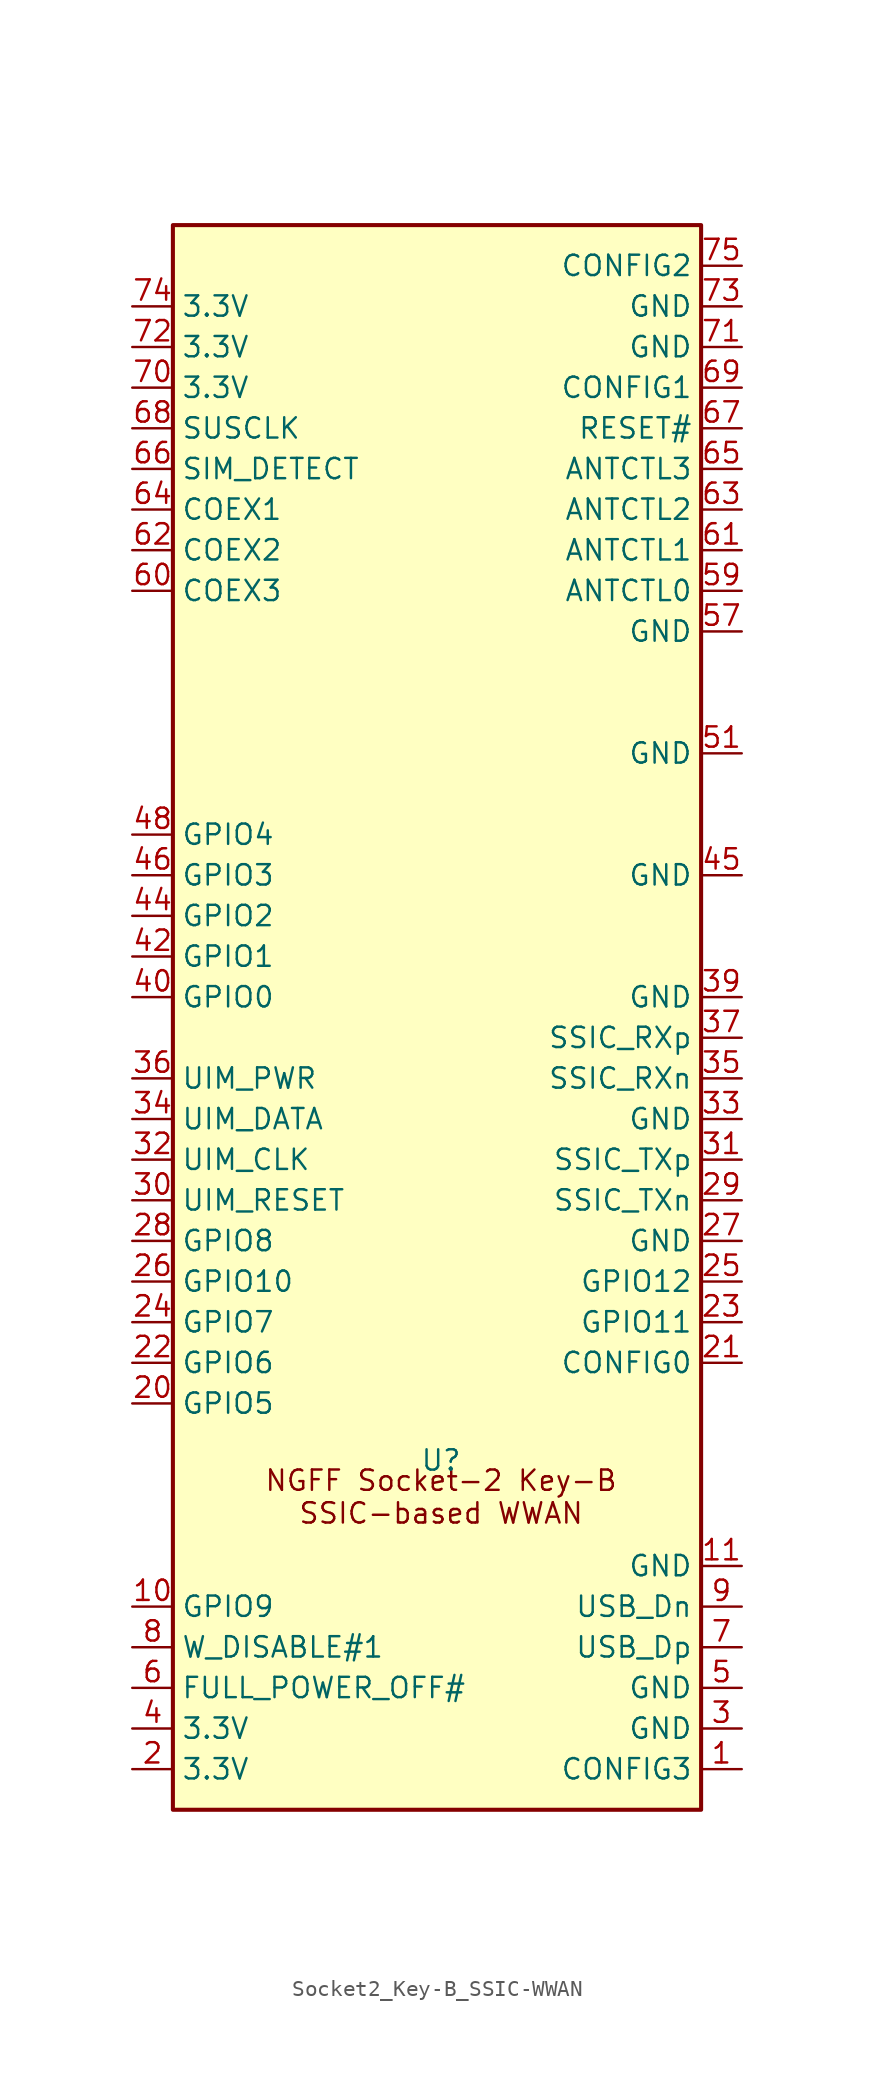
<source format=kicad_sym>
(kicad_symbol_lib
  (version 20241209)
  (generator "kicad_symbol_editor")
  (generator_version "9.0")
  (symbol "Socket2_Key-B_SSIC-WWAN"
    (property "Reference" "U"
      (at 16.764 21.844 0)
      (effects (font (size 1.27 1.27))))
    (property "Value" ""
      (at 0 0 0)
      (effects (font (size 1.27 1.27))))
    (symbol "Socket2_Key-B_SSIC-WWAN_0_1"
      (rectangle (start 0 99.06) (end 33.02 0) (stroke (width 0.254) (type default)) (fill (type background))))
    (symbol "Socket2_Key-B_SSIC-WWAN_1_1"
      (text "NGFF Socket-2 Key-B\nSSIC-based WWAN" (at 16.764 19.558 0) (effects (font (size 1.27 1.27))))
      (pin power_in line (at -2.54 93.98 0) (length 2.54) (name "3.3V" (effects (font (size 1.27 1.27)))) (number "74" (effects (font (size 1.27 1.27)))))
      (pin power_in line (at -2.54 91.44 0) (length 2.54) (name "3.3V" (effects (font (size 1.27 1.27)))) (number "72" (effects (font (size 1.27 1.27)))))
      (pin power_in line (at -2.54 88.9 0) (length 2.54) (name "3.3V" (effects (font (size 1.27 1.27)))) (number "70" (effects (font (size 1.27 1.27)))))
      (pin input line (at -2.54 86.36 0) (length 2.54) (name "SUSCLK" (effects (font (size 1.27 1.27)))) (number "68" (effects (font (size 1.27 1.27)))))
      (pin input line (at -2.54 83.82 0) (length 2.54) (name "SIM_DETECT" (effects (font (size 1.27 1.27)))) (number "66" (effects (font (size 1.27 1.27)))))
      (pin bidirectional line (at -2.54 81.28 0) (length 2.54) (name "COEX1" (effects (font (size 1.27 1.27)))) (number "64" (effects (font (size 1.27 1.27)))))
      (pin bidirectional line (at -2.54 78.74 0) (length 2.54) (name "COEX2" (effects (font (size 1.27 1.27)))) (number "62" (effects (font (size 1.27 1.27)))))
      (pin bidirectional line (at -2.54 76.2 0) (length 2.54) (name "COEX3" (effects (font (size 1.27 1.27)))) (number "60" (effects (font (size 1.27 1.27)))))
      (pin no_connect line (at -2.54 73.66 0) (length 2.54) (hide yes) (name "NC" (effects (font (size 1.27 1.27)))) (number "58" (effects (font (size 1.27 1.27)))))
      (pin no_connect line (at -2.54 71.12 0) (length 2.54) (hide yes) (name "NC" (effects (font (size 1.27 1.27)))) (number "56" (effects (font (size 1.27 1.27)))))
      (pin no_connect line (at -2.54 68.58 0) (length 2.54) (hide yes) (name "NC" (effects (font (size 1.27 1.27)))) (number "54" (effects (font (size 1.27 1.27)))))
      (pin no_connect line (at -2.54 66.04 0) (length 2.54) (hide yes) (name "NC" (effects (font (size 1.27 1.27)))) (number "52" (effects (font (size 1.27 1.27)))))
      (pin no_connect line (at -2.54 63.5 0) (length 2.54) (hide yes) (name "NC" (effects (font (size 1.27 1.27)))) (number "50" (effects (font (size 1.27 1.27)))))
      (pin bidirectional line (at -2.54 60.96 0) (length 2.54) (name "GPIO4" (effects (font (size 1.27 1.27)))) (number "48" (effects (font (size 1.27 1.27)))))
      (pin bidirectional line (at -2.54 58.42 0) (length 2.54) (name "GPIO3" (effects (font (size 1.27 1.27)))) (number "46" (effects (font (size 1.27 1.27)))))
      (pin bidirectional line (at -2.54 55.88 0) (length 2.54) (name "GPIO2" (effects (font (size 1.27 1.27)))) (number "44" (effects (font (size 1.27 1.27)))))
      (pin bidirectional line (at -2.54 53.34 0) (length 2.54) (name "GPIO1" (effects (font (size 1.27 1.27)))) (number "42" (effects (font (size 1.27 1.27)))))
      (pin bidirectional line (at -2.54 50.8 0) (length 2.54) (name "GPIO0" (effects (font (size 1.27 1.27)))) (number "40" (effects (font (size 1.27 1.27)))))
      (pin no_connect line (at -2.54 48.26 0) (length 2.54) (hide yes) (name "NC" (effects (font (size 1.27 1.27)))) (number "38" (effects (font (size 1.27 1.27)))))
      (pin output line (at -2.54 45.72 0) (length 2.54) (name "UIM_PWR" (effects (font (size 1.27 1.27)))) (number "36" (effects (font (size 1.27 1.27)))))
      (pin bidirectional line (at -2.54 43.18 0) (length 2.54) (name "UIM_DATA" (effects (font (size 1.27 1.27)))) (number "34" (effects (font (size 1.27 1.27)))))
      (pin output line (at -2.54 40.64 0) (length 2.54) (name "UIM_CLK" (effects (font (size 1.27 1.27)))) (number "32" (effects (font (size 1.27 1.27)))))
      (pin output line (at -2.54 38.1 0) (length 2.54) (name "UIM_RESET" (effects (font (size 1.27 1.27)))) (number "30" (effects (font (size 1.27 1.27)))))
      (pin bidirectional line (at -2.54 35.56 0) (length 2.54) (name "GPIO8" (effects (font (size 1.27 1.27)))) (number "28" (effects (font (size 1.27 1.27)))))
      (pin bidirectional line (at -2.54 33.02 0) (length 2.54) (name "GPIO10" (effects (font (size 1.27 1.27)))) (number "26" (effects (font (size 1.27 1.27)))))
      (pin bidirectional line (at -2.54 30.48 0) (length 2.54) (name "GPIO7" (effects (font (size 1.27 1.27)))) (number "24" (effects (font (size 1.27 1.27)))))
      (pin bidirectional line (at -2.54 27.94 0) (length 2.54) (name "GPIO6" (effects (font (size 1.27 1.27)))) (number "22" (effects (font (size 1.27 1.27)))))
      (pin bidirectional line (at -2.54 25.4 0) (length 2.54) (name "GPIO5" (effects (font (size 1.27 1.27)))) (number "20" (effects (font (size 1.27 1.27)))))
      (pin bidirectional line (at -2.54 12.7 0) (length 2.54) (name "GPIO9" (effects (font (size 1.27 1.27)))) (number "10" (effects (font (size 1.27 1.27)))))
      (pin input line (at -2.54 10.16 0) (length 2.54) (name "W_DISABLE#1" (effects (font (size 1.27 1.27)))) (number "8" (effects (font (size 1.27 1.27)))))
      (pin input line (at -2.54 7.62 0) (length 2.54) (name "FULL_POWER_OFF#" (effects (font (size 1.27 1.27)))) (number "6" (effects (font (size 1.27 1.27)))))
      (pin power_in line (at -2.54 5.08 0) (length 2.54) (name "3.3V" (effects (font (size 1.27 1.27)))) (number "4" (effects (font (size 1.27 1.27)))))
      (pin power_in line (at -2.54 2.54 0) (length 2.54) (name "3.3V" (effects (font (size 1.27 1.27)))) (number "2" (effects (font (size 1.27 1.27)))))
      (pin output line (at 35.56 96.52 180) (length 2.54) (name "CONFIG2" (effects (font (size 1.27 1.27)))) (number "75" (effects (font (size 1.27 1.27)))))
      (pin power_in line (at 35.56 93.98 180) (length 2.54) (name "GND" (effects (font (size 1.27 1.27)))) (number "73" (effects (font (size 1.27 1.27)))))
      (pin power_in line (at 35.56 91.44 180) (length 2.54) (name "GND" (effects (font (size 1.27 1.27)))) (number "71" (effects (font (size 1.27 1.27)))))
      (pin output line (at 35.56 88.9 180) (length 2.54) (name "CONFIG1" (effects (font (size 1.27 1.27)))) (number "69" (effects (font (size 1.27 1.27)))))
      (pin input line (at 35.56 86.36 180) (length 2.54) (name "RESET#" (effects (font (size 1.27 1.27)))) (number "67" (effects (font (size 1.27 1.27)))))
      (pin output line (at 35.56 83.82 180) (length 2.54) (name "ANTCTL3" (effects (font (size 1.27 1.27)))) (number "65" (effects (font (size 1.27 1.27)))))
      (pin output line (at 35.56 81.28 180) (length 2.54) (name "ANTCTL2" (effects (font (size 1.27 1.27)))) (number "63" (effects (font (size 1.27 1.27)))))
      (pin output line (at 35.56 78.74 180) (length 2.54) (name "ANTCTL1" (effects (font (size 1.27 1.27)))) (number "61" (effects (font (size 1.27 1.27)))))
      (pin output line (at 35.56 76.2 180) (length 2.54) (name "ANTCTL0" (effects (font (size 1.27 1.27)))) (number "59" (effects (font (size 1.27 1.27)))))
      (pin power_in line (at 35.56 73.66 180) (length 2.54) (name "GND" (effects (font (size 1.27 1.27)))) (number "57" (effects (font (size 1.27 1.27)))))
      (pin no_connect line (at 35.56 71.12 180) (length 2.54) (hide yes) (name "NC" (effects (font (size 1.27 1.27)))) (number "55" (effects (font (size 1.27 1.27)))))
      (pin no_connect line (at 35.56 68.58 180) (length 2.54) (hide yes) (name "NC" (effects (font (size 1.27 1.27)))) (number "53" (effects (font (size 1.27 1.27)))))
      (pin power_in line (at 35.56 66.04 180) (length 2.54) (name "GND" (effects (font (size 1.27 1.27)))) (number "51" (effects (font (size 1.27 1.27)))))
      (pin no_connect line (at 35.56 63.5 180) (length 2.54) (hide yes) (name "NC" (effects (font (size 1.27 1.27)))) (number "49" (effects (font (size 1.27 1.27)))))
      (pin no_connect line (at 35.56 60.96 180) (length 2.54) (hide yes) (name "NC" (effects (font (size 1.27 1.27)))) (number "47" (effects (font (size 1.27 1.27)))))
      (pin power_in line (at 35.56 58.42 180) (length 2.54) (name "GND" (effects (font (size 1.27 1.27)))) (number "45" (effects (font (size 1.27 1.27)))))
      (pin no_connect line (at 35.56 55.88 180) (length 2.54) (hide yes) (name "NC" (effects (font (size 1.27 1.27)))) (number "43" (effects (font (size 1.27 1.27)))))
      (pin no_connect line (at 35.56 53.34 180) (length 2.54) (hide yes) (name "NC" (effects (font (size 1.27 1.27)))) (number "41" (effects (font (size 1.27 1.27)))))
      (pin power_in line (at 35.56 50.8 180) (length 2.54) (name "GND" (effects (font (size 1.27 1.27)))) (number "39" (effects (font (size 1.27 1.27)))))
      (pin input line (at 35.56 48.26 180) (length 2.54) (name "SSIC_RXp" (effects (font (size 1.27 1.27)))) (number "37" (effects (font (size 1.27 1.27)))))
      (pin input line (at 35.56 45.72 180) (length 2.54) (name "SSIC_RXn" (effects (font (size 1.27 1.27)))) (number "35" (effects (font (size 1.27 1.27)))))
      (pin power_in line (at 35.56 43.18 180) (length 2.54) (name "GND" (effects (font (size 1.27 1.27)))) (number "33" (effects (font (size 1.27 1.27)))))
      (pin output line (at 35.56 40.64 180) (length 2.54) (name "SSIC_TXp" (effects (font (size 1.27 1.27)))) (number "31" (effects (font (size 1.27 1.27)))))
      (pin output line (at 35.56 38.1 180) (length 2.54) (name "SSIC_TXn" (effects (font (size 1.27 1.27)))) (number "29" (effects (font (size 1.27 1.27)))))
      (pin power_in line (at 35.56 35.56 180) (length 2.54) (name "GND" (effects (font (size 1.27 1.27)))) (number "27" (effects (font (size 1.27 1.27)))))
      (pin bidirectional line (at 35.56 33.02 180) (length 2.54) (name "GPIO12" (effects (font (size 1.27 1.27)))) (number "25" (effects (font (size 1.27 1.27)))))
      (pin bidirectional line (at 35.56 30.48 180) (length 2.54) (name "GPIO11" (effects (font (size 1.27 1.27)))) (number "23" (effects (font (size 1.27 1.27)))))
      (pin output line (at 35.56 27.94 180) (length 2.54) (name "CONFIG0" (effects (font (size 1.27 1.27)))) (number "21" (effects (font (size 1.27 1.27)))))
      (pin power_in line (at 35.56 15.24 180) (length 2.54) (name "GND" (effects (font (size 1.27 1.27)))) (number "11" (effects (font (size 1.27 1.27)))))
      (pin bidirectional line (at 35.56 12.7 180) (length 2.54) (name "USB_Dn" (effects (font (size 1.27 1.27)))) (number "9" (effects (font (size 1.27 1.27)))))
      (pin bidirectional line (at 35.56 10.16 180) (length 2.54) (name "USB_Dp" (effects (font (size 1.27 1.27)))) (number "7" (effects (font (size 1.27 1.27)))))
      (pin power_in line (at 35.56 7.62 180) (length 2.54) (name "GND" (effects (font (size 1.27 1.27)))) (number "5" (effects (font (size 1.27 1.27)))))
      (pin power_in line (at 35.56 5.08 180) (length 2.54) (name "GND" (effects (font (size 1.27 1.27)))) (number "3" (effects (font (size 1.27 1.27)))))
      (pin output line (at 35.56 2.54 180) (length 2.54) (name "CONFIG3" (effects (font (size 1.27 1.27)))) (number "1" (effects (font (size 1.27 1.27))))))))
</source>
